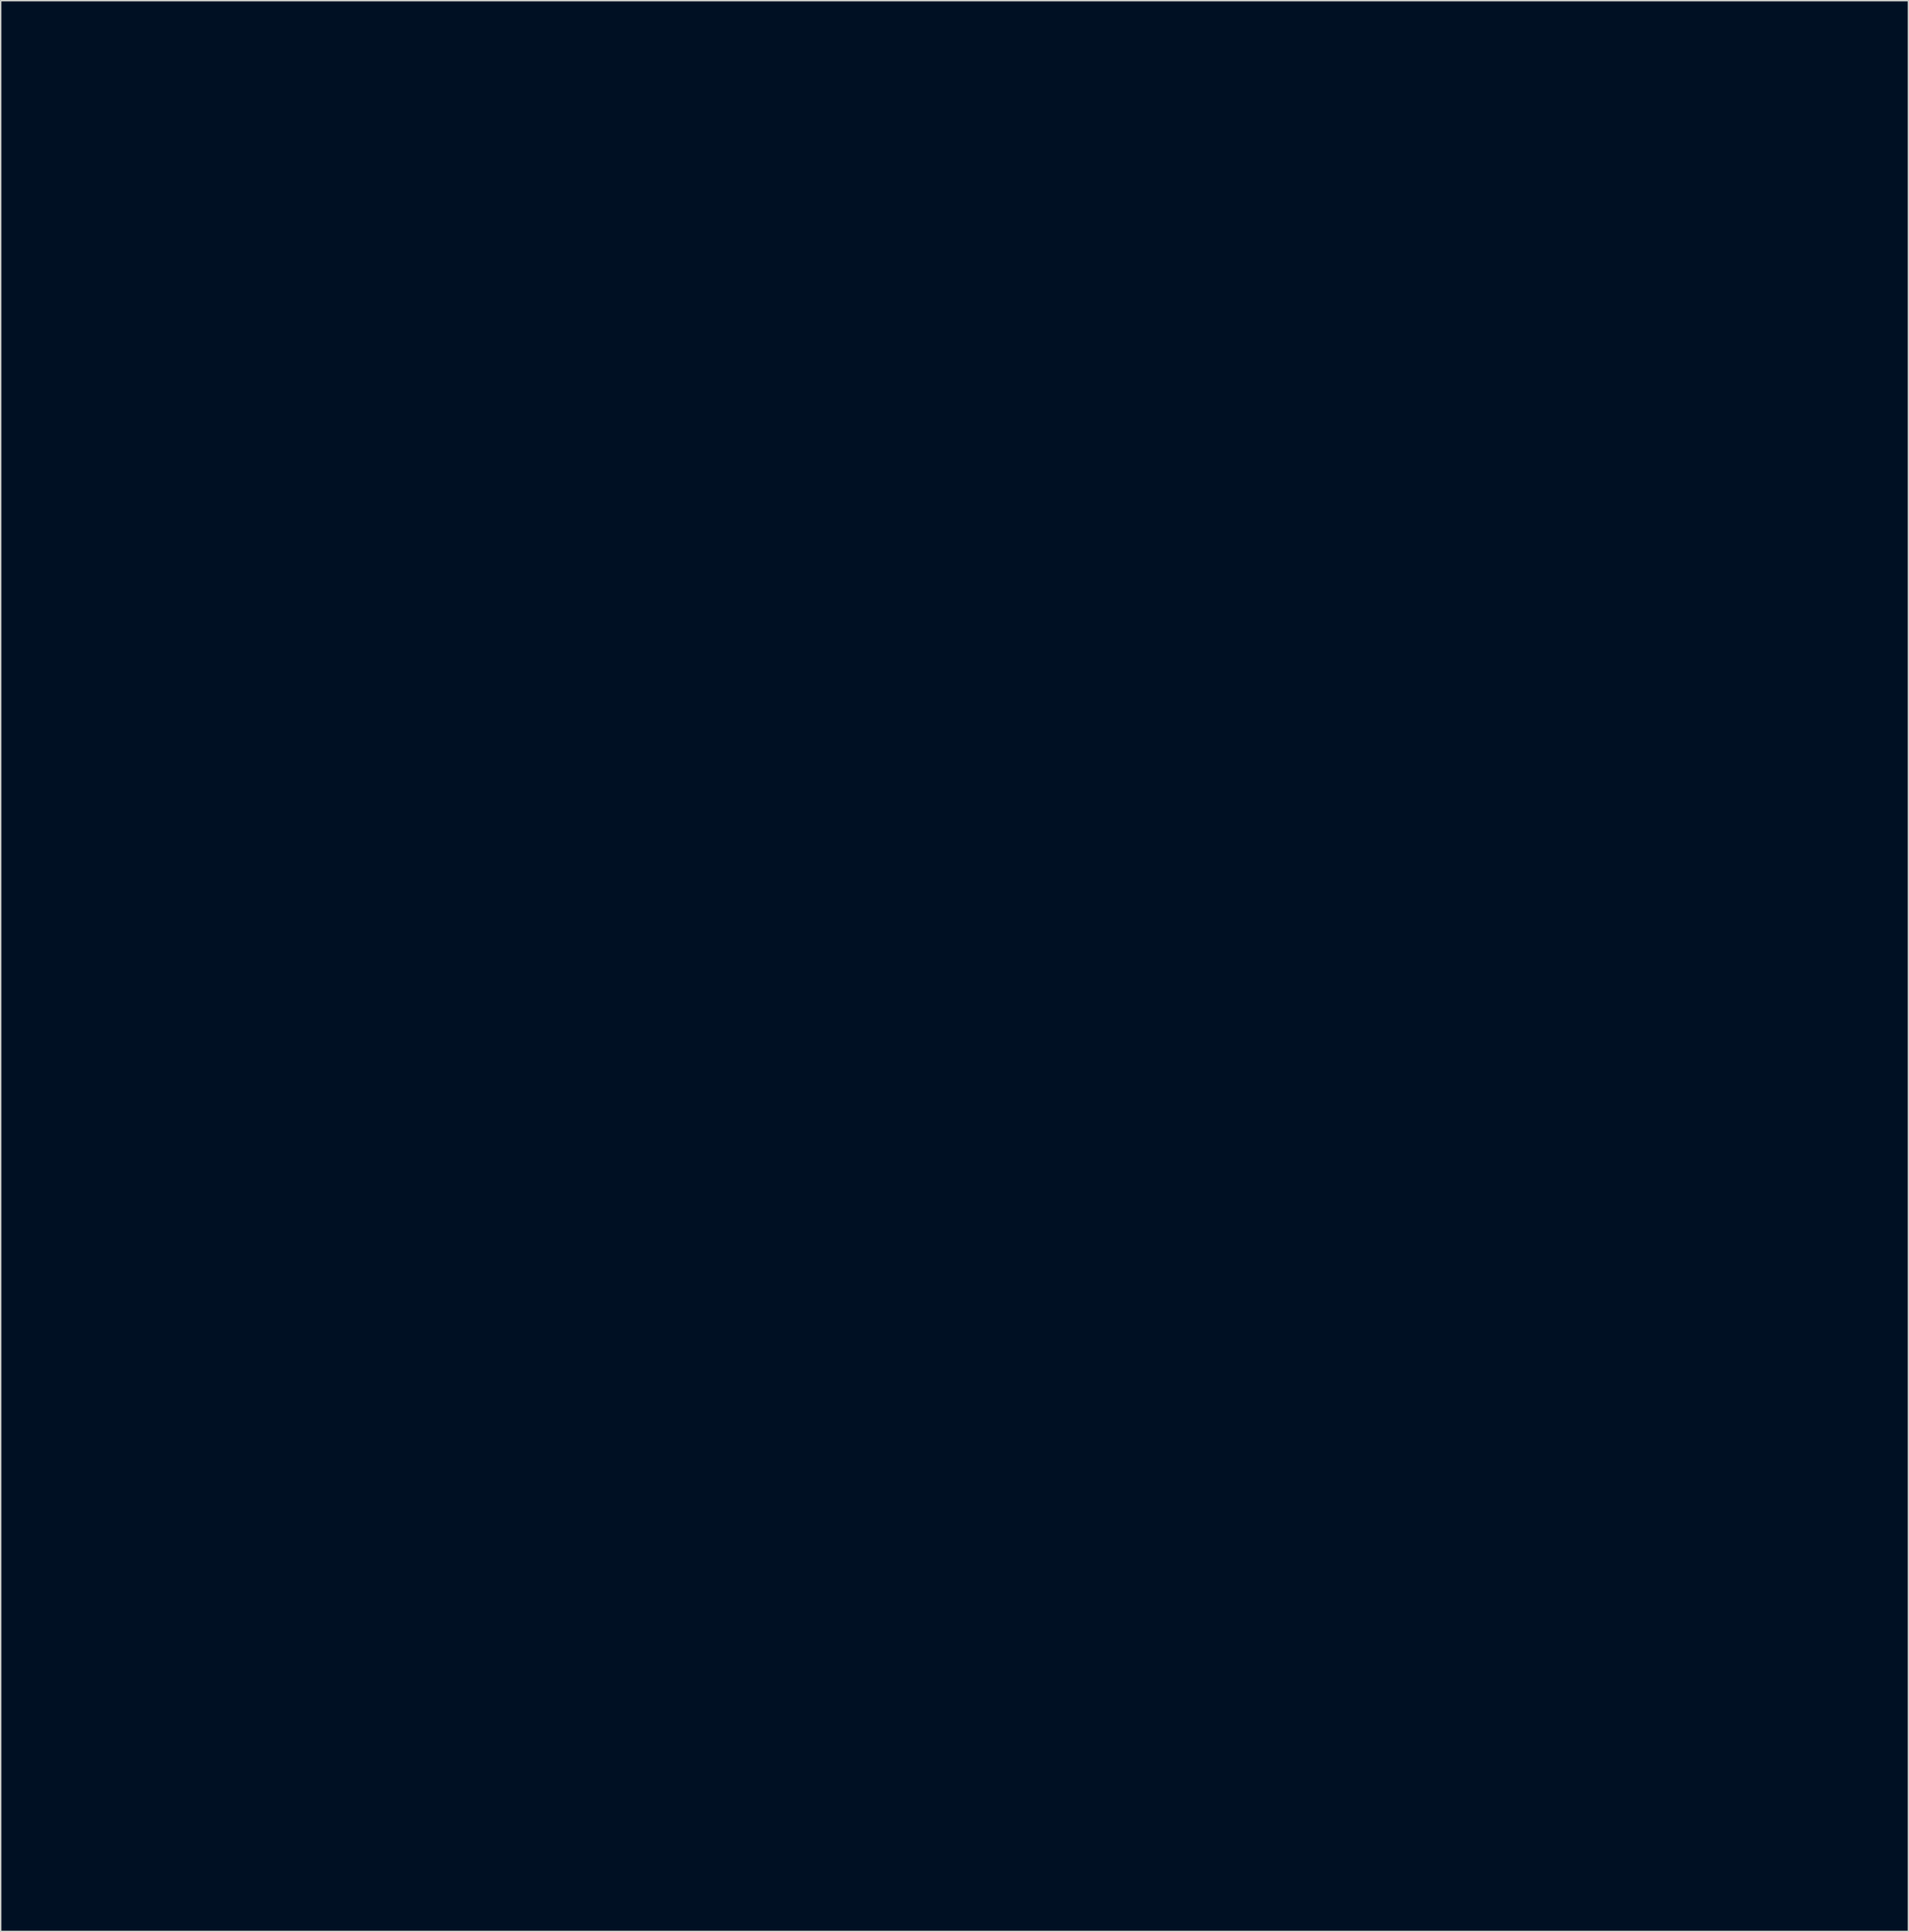
<source format=kicad_pcb>
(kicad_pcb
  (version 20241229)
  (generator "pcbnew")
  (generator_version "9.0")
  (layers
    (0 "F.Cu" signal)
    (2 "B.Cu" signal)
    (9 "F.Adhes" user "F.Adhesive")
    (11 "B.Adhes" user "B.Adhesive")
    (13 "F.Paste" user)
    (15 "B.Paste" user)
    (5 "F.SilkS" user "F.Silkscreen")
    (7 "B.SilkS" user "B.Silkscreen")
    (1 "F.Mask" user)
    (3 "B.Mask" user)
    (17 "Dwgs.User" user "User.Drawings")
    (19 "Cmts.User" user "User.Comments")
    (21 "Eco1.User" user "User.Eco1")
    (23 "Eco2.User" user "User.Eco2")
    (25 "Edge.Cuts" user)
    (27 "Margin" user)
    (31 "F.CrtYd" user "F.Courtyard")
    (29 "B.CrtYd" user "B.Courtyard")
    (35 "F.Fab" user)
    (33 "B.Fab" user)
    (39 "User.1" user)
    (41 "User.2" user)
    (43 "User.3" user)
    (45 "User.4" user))
  (footprint "PCB_Characteristics"
    (layer "F.Cu")
    (at 0.25 0.25)
    (property "Reference" "PCB_Characteristics" (at 128.5 4 0) (layer "Eco1.User") (effects (font (size 1 1) (thickness 0.15))))
    (attr through_hole)
    (fp_line (start 0.5 5.5) (end 131 5.5) (stroke (width 0.2) (type solid)) (layer "Eco1.User"))
    (fp_line (start 0.5 10) (end 46.5 10) (stroke (width 0.2) (type solid)) (layer "Eco1.User"))
    (fp_line (start 0.5 19) (end 131 19) (stroke (width 0.2) (type solid)) (layer "Eco1.User"))
    (fp_line (start 0.5 28.5) (end 131 28.5) (stroke (width 0.2) (type solid)) (layer "Eco1.User"))
    (fp_line (start 0.5 47) (end 131 47) (stroke (width 0.2) (type solid)) (layer "Eco1.User"))
    (fp_line (start 0.5 57) (end 131 57) (stroke (width 0.2) (type solid)) (layer "Eco1.User"))
    (fp_line (start 0.5 68) (end 131 68) (stroke (width 0.2) (type solid)) (layer "Eco1.User"))
    (fp_line (start 0.5 93.5) (end 0.5 5.5) (stroke (width 0.2) (type solid)) (layer "Eco1.User"))
    (fp_line (start 4 79) (end 68.5 79) (stroke (width 0.2) (type solid)) (layer "Eco1.User"))
    (fp_line (start 4 83) (end 68.5 83) (stroke (width 0.2) (type solid)) (layer "Eco1.User"))
    (fp_line (start 4 86.5) (end 68.5 86.5) (stroke (width 0.2) (type solid)) (layer "Eco1.User"))
    (fp_line (start 4 90) (end 68.5 90) (stroke (width 0.2) (type solid)) (layer "Eco1.User"))
    (fp_line (start 4 93.5) (end 68.5 93.5) (stroke (width 0.2) (type solid)) (layer "Eco1.User"))
    (fp_line (start 10.5 41.5) (end 80.5 41.5) (stroke (width 0.2) (type solid)) (layer "Eco1.User"))
    (fp_line (start 14 5.5) (end 14 19) (stroke (width 0.2) (type solid)) (layer "Eco1.User"))
    (fp_line (start 20.5 10) (end 20.5 19) (stroke (width 0.2) (type solid)) (layer "Eco1.User"))
    (fp_line (start 27.5 19) (end 27.5 28.5) (stroke (width 0.2) (type solid)) (layer "Eco1.User"))
    (fp_line (start 29 24) (end 32.5 24) (stroke (width 0.2) (type solid)) (layer "Eco1.User"))
    (fp_line (start 29 27.5) (end 29 24) (stroke (width 0.2) (type solid)) (layer "Eco1.User"))
    (fp_line (start 30.5 57) (end 30.5 68) (stroke (width 0.2) (type solid)) (layer "Eco1.User"))
    (fp_line (start 30.5 62) (end 97 62) (stroke (width 0.2) (type solid)) (layer "Eco1.User"))
    (fp_line (start 32.5 24) (end 32.5 27.5) (stroke (width 0.2) (type solid)) (layer "Eco1.User"))
    (fp_line (start 32.5 27.5) (end 29 27.5) (stroke (width 0.2) (type solid)) (layer "Eco1.User"))
    (fp_line (start 33.5 72.5) (end 33.5 93.5) (stroke (width 0.2) (type solid)) (layer "Eco1.User"))
    (fp_line (start 37 24) (end 40.5 24) (stroke (width 0.2) (type solid)) (layer "Eco1.User"))
    (fp_line (start 37 27.5) (end 37 24) (stroke (width 0.2) (type solid)) (layer "Eco1.User"))
    (fp_line (start 40.5 24) (end 40.5 27.5) (stroke (width 0.2) (type solid)) (layer "Eco1.User"))
    (fp_line (start 40.5 27.5) (end 37 27.5) (stroke (width 0.2) (type solid)) (layer "Eco1.User"))
    (fp_line (start 40.5 33.5) (end 40.5 47) (stroke (width 0.2) (type solid)) (layer "Eco1.User"))
    (fp_line (start 41 63) (end 44.5 63) (stroke (width 0.2) (type solid)) (layer "Eco1.User"))
    (fp_line (start 41 66.5) (end 41 63) (stroke (width 0.2) (type solid)) (layer "Eco1.User"))
    (fp_line (start 41.5 42.5) (end 45 42.5) (stroke (width 0.2) (type solid)) (layer "Eco1.User"))
    (fp_line (start 41.5 46) (end 41.5 42.5) (stroke (width 0.2) (type solid)) (layer "Eco1.User"))
    (fp_line (start 43.5 24) (end 47 24) (stroke (width 0.2) (type solid)) (layer "Eco1.User"))
    (fp_line (start 43.5 27.5) (end 43.5 24) (stroke (width 0.2) (type solid)) (layer "Eco1.User"))
    (fp_line (start 44 52) (end 47.5 52) (stroke (width 0.2) (type solid)) (layer "Eco1.User"))
    (fp_line (start 44 55.5) (end 44 52) (stroke (width 0.2) (type solid)) (layer "Eco1.User"))
    (fp_line (start 44.5 63) (end 44.5 66.5) (stroke (width 0.2) (type solid)) (layer "Eco1.User"))
    (fp_line (start 44.5 66.5) (end 41 66.5) (stroke (width 0.2) (type solid)) (layer "Eco1.User"))
    (fp_line (start 45 42.5) (end 45 46) (stroke (width 0.2) (type solid)) (layer "Eco1.User"))
    (fp_line (start 45 46) (end 41.5 46) (stroke (width 0.2) (type solid)) (layer "Eco1.User"))
    (fp_line (start 46.5 5.5) (end 46.5 19) (stroke (width 0.2) (type solid)) (layer "Eco1.User"))
    (fp_line (start 46.5 14.5) (end 90 14.5) (stroke (width 0.2) (type solid)) (layer "Eco1.User"))
    (fp_line (start 46.5 33.5) (end 46.5 47) (stroke (width 0.2) (type solid)) (layer "Eco1.User"))
    (fp_line (start 47 24) (end 47 27.5) (stroke (width 0.2) (type solid)) (layer "Eco1.User"))
    (fp_line (start 47 27.5) (end 43.5 27.5) (stroke (width 0.2) (type solid)) (layer "Eco1.User"))
    (fp_line (start 47.5 52) (end 47.5 55.5) (stroke (width 0.2) (type solid)) (layer "Eco1.User"))
    (fp_line (start 47.5 55.5) (end 44 55.5) (stroke (width 0.2) (type solid)) (layer "Eco1.User"))
    (fp_line (start 48 37) (end 51.5 37) (stroke (width 0.2) (type solid)) (layer "Eco1.User"))
    (fp_line (start 48 40.5) (end 48 37) (stroke (width 0.2) (type solid)) (layer "Eco1.User"))
    (fp_line (start 48 42.5) (end 51.5 42.5) (stroke (width 0.2) (type solid)) (layer "Eco1.User"))
    (fp_line (start 48 46) (end 48 42.5) (stroke (width 0.2) (type solid)) (layer "Eco1.User"))
    (fp_line (start 48 75.5) (end 48 93.5) (stroke (width 0.2) (type solid)) (layer "Eco1.User"))
    (fp_line (start 50 24) (end 53.5 24) (stroke (width 0.2) (type solid)) (layer "Eco1.User"))
    (fp_line (start 50 27.5) (end 50 24) (stroke (width 0.2) (type solid)) (layer "Eco1.User"))
    (fp_line (start 51.5 37) (end 51.5 40.5) (stroke (width 0.2) (type solid)) (layer "Eco1.User"))
    (fp_line (start 51.5 40.5) (end 48 40.5) (stroke (width 0.2) (type solid)) (layer "Eco1.User"))
    (fp_line (start 51.5 42.5) (end 51.5 46) (stroke (width 0.2) (type solid)) (layer "Eco1.User"))
    (fp_line (start 51.5 46) (end 48 46) (stroke (width 0.2) (type solid)) (layer "Eco1.User"))
    (fp_line (start 53 33.5) (end 53 47) (stroke (width 0.2) (type solid)) (layer "Eco1.User"))
    (fp_line (start 53.5 24) (end 53.5 27.5) (stroke (width 0.2) (type solid)) (layer "Eco1.User"))
    (fp_line (start 53.5 27.5) (end 50 27.5) (stroke (width 0.2) (type solid)) (layer "Eco1.User"))
    (fp_line (start 54.5 37) (end 58 37) (stroke (width 0.2) (type solid)) (layer "Eco1.User"))
    (fp_line (start 54.5 40.5) (end 54.5 37) (stroke (width 0.2) (type solid)) (layer "Eco1.User"))
    (fp_line (start 54.5 42.5) (end 58 42.5) (stroke (width 0.2) (type solid)) (layer "Eco1.User"))
    (fp_line (start 54.5 46) (end 54.5 42.5) (stroke (width 0.2) (type solid)) (layer "Eco1.User"))
    (fp_line (start 56 57) (end 56 68) (stroke (width 0.2) (type solid)) (layer "Eco1.User"))
    (fp_line (start 57 52) (end 60.5 52) (stroke (width 0.2) (type solid)) (layer "Eco1.User"))
    (fp_line (start 57 55.5) (end 57 52) (stroke (width 0.2) (type solid)) (layer "Eco1.User"))
    (fp_line (start 58 24) (end 61.5 24) (stroke (width 0.2) (type solid)) (layer "Eco1.User"))
    (fp_line (start 58 27.5) (end 58 24) (stroke (width 0.2) (type solid)) (layer "Eco1.User"))
    (fp_line (start 58 37) (end 58 40.5) (stroke (width 0.2) (type solid)) (layer "Eco1.User"))
    (fp_line (start 58 40.5) (end 54.5 40.5) (stroke (width 0.2) (type solid)) (layer "Eco1.User"))
    (fp_line (start 58 42.5) (end 58 46) (stroke (width 0.2) (type solid)) (layer "Eco1.User"))
    (fp_line (start 58 46) (end 54.5 46) (stroke (width 0.2) (type solid)) (layer "Eco1.User"))
    (fp_line (start 59.5 33.5) (end 59.5 47) (stroke (width 0.2) (type solid)) (layer "Eco1.User"))
    (fp_line (start 60.5 52) (end 60.5 55.5) (stroke (width 0.2) (type solid)) (layer "Eco1.User"))
    (fp_line (start 60.5 55.5) (end 57 55.5) (stroke (width 0.2) (type solid)) (layer "Eco1.User"))
    (fp_line (start 61.5 24) (end 61.5 27.5) (stroke (width 0.2) (type solid)) (layer "Eco1.User"))
    (fp_line (start 61.5 27.5) (end 58 27.5) (stroke (width 0.2) (type solid)) (layer "Eco1.User"))
    (fp_line (start 62 37) (end 65.5 37) (stroke (width 0.2) (type solid)) (layer "Eco1.User"))
    (fp_line (start 62 40.5) (end 62 37) (stroke (width 0.2) (type solid)) (layer "Eco1.User"))
    (fp_line (start 64.5 63) (end 68 63) (stroke (width 0.2) (type solid)) (layer "Eco1.User"))
    (fp_line (start 64.5 66.5) (end 64.5 63) (stroke (width 0.2) (type solid)) (layer "Eco1.User"))
    (fp_line (start 65.5 37) (end 65.5 40.5) (stroke (width 0.2) (type solid)) (layer "Eco1.User"))
    (fp_line (start 65.5 40.5) (end 62 40.5) (stroke (width 0.2) (type solid)) (layer "Eco1.User"))
    (fp_line (start 66.5 24) (end 70 24) (stroke (width 0.2) (type solid)) (layer "Eco1.User"))
    (fp_line (start 66.5 27.5) (end 66.5 24) (stroke (width 0.2) (type solid)) (layer "Eco1.User"))
    (fp_line (start 68 10.5) (end 68 19) (stroke (width 0.2) (type solid)) (layer "Eco1.User"))
    (fp_line (start 68 33.5) (end 68 47) (stroke (width 0.2) (type solid)) (layer "Eco1.User"))
    (fp_line (start 68 63) (end 68 66.5) (stroke (width 0.2) (type solid)) (layer "Eco1.User"))
    (fp_line (start 68 66.5) (end 64.5 66.5) (stroke (width 0.2) (type solid)) (layer "Eco1.User"))
    (fp_line (start 70 24) (end 70 27.5) (stroke (width 0.2) (type solid)) (layer "Eco1.User"))
    (fp_line (start 70 27.5) (end 66.5 27.5) (stroke (width 0.2) (type solid)) (layer "Eco1.User"))
    (fp_line (start 70.5 68) (end 70.5 93.5) (stroke (width 0.2) (type solid)) (layer "Eco1.User"))
    (fp_line (start 71.5 85.5) (end 131 85.5) (stroke (width 0.2) (type solid)) (layer "Eco1.User"))
    (fp_line (start 71.5 89.5) (end 131 89.5) (stroke (width 0.2) (type solid)) (layer "Eco1.User"))
    (fp_line (start 72 52) (end 75.5 52) (stroke (width 0.2) (type solid)) (layer "Eco1.User"))
    (fp_line (start 72 55.5) (end 72 52) (stroke (width 0.2) (type solid)) (layer "Eco1.User"))
    (fp_line (start 73 24) (end 76.5 24) (stroke (width 0.2) (type solid)) (layer "Eco1.User"))
    (fp_line (start 73 27.5) (end 73 24) (stroke (width 0.2) (type solid)) (layer "Eco1.User"))
    (fp_line (start 75.5 52) (end 75.5 55.5) (stroke (width 0.2) (type solid)) (layer "Eco1.User"))
    (fp_line (start 75.5 55.5) (end 72 55.5) (stroke (width 0.2) (type solid)) (layer "Eco1.User"))
    (fp_line (start 76 57) (end 76 68) (stroke (width 0.2) (type solid)) (layer "Eco1.User"))
    (fp_line (start 76.5 24) (end 76.5 27.5) (stroke (width 0.2) (type solid)) (layer "Eco1.User"))
    (fp_line (start 76.5 27.5) (end 73 27.5) (stroke (width 0.2) (type solid)) (layer "Eco1.User"))
    (fp_line (start 79.5 24) (end 83 24) (stroke (width 0.2) (type solid)) (layer "Eco1.User"))
    (fp_line (start 79.5 27.5) (end 79.5 24) (stroke (width 0.2) (type solid)) (layer "Eco1.User"))
    (fp_line (start 82.5 28.5) (end 82.5 47) (stroke (width 0.2) (type solid)) (layer "Eco1.User"))
    (fp_line (start 83 24) (end 83 27.5) (stroke (width 0.2) (type solid)) (layer "Eco1.User"))
    (fp_line (start 83 27.5) (end 79.5 27.5) (stroke (width 0.2) (type solid)) (layer "Eco1.User"))
    (fp_line (start 83.5 30) (end 87.5 30) (stroke (width 0.2) (type solid)) (layer "Eco1.User"))
    (fp_line (start 83.5 38.5) (end 83.5 30) (stroke (width 0.2) (type solid)) (layer "Eco1.User"))
    (fp_line (start 86 32) (end 86 36.5) (stroke (width 0.2) (type solid)) (layer "Eco1.User"))
    (fp_line (start 86 36.5) (end 87.5 36.5) (stroke (width 0.2) (type solid)) (layer "Eco1.User"))
    (fp_line (start 86.5 32.5) (end 87.5 32.5) (stroke (width 0.2) (type solid)) (layer "Eco1.User"))
    (fp_line (start 86.5 33.5) (end 86.5 32.5) (stroke (width 0.2) (type solid)) (layer "Eco1.User"))
    (fp_line (start 86.5 35) (end 87.5 36) (stroke (width 0.2) (type solid)) (layer "Eco1.User"))
    (fp_line (start 86.5 36) (end 86.5 35) (stroke (width 0.2) (type solid)) (layer "Eco1.User"))
    (fp_line (start 87 33) (end 87.5 33.5) (stroke (width 0.2) (type solid)) (layer "Eco1.User"))
    (fp_line (start 87 35.5) (end 87.5 35) (stroke (width 0.2) (type solid)) (layer "Eco1.User"))
    (fp_line (start 87.5 24) (end 91 24) (stroke (width 0.2) (type solid)) (layer "Eco1.User"))
    (fp_line (start 87.5 27.5) (end 87.5 24) (stroke (width 0.2) (type solid)) (layer "Eco1.User"))
    (fp_line (start 87.5 30) (end 87.5 32) (stroke (width 0.2) (type solid)) (layer "Eco1.User"))
    (fp_line (start 87.5 32) (end 86 32) (stroke (width 0.2) (type solid)) (layer "Eco1.User"))
    (fp_line (start 87.5 32.5) (end 86.5 33.5) (stroke (width 0.2) (type solid)) (layer "Eco1.User"))
    (fp_line (start 87.5 36) (end 86.5 36) (stroke (width 0.2) (type solid)) (layer "Eco1.User"))
    (fp_line (start 87.5 36.5) (end 87.5 38.5) (stroke (width 0.2) (type solid)) (layer "Eco1.User"))
    (fp_line (start 87.5 38.5) (end 83.5 38.5) (stroke (width 0.2) (type solid)) (layer "Eco1.User"))
    (fp_line (start 90 5.5) (end 90 19) (stroke (width 0.2) (type solid)) (layer "Eco1.User"))
    (fp_line (start 90 9) (end 131 9) (stroke (width 0.2) (type solid)) (layer "Eco1.User"))
    (fp_line (start 90 52) (end 93.5 52) (stroke (width 0.2) (type solid)) (layer "Eco1.User"))
    (fp_line (start 90 55.5) (end 90 52) (stroke (width 0.2) (type solid)) (layer "Eco1.User"))
    (fp_line (start 90.5 9.5) (end 92.5 9.5) (stroke (width 0.2) (type solid)) (layer "Eco1.User"))
    (fp_line (start 90.5 11.5) (end 90.5 9.5) (stroke (width 0.2) (type solid)) (layer "Eco1.User"))
    (fp_line (start 90.5 12.5) (end 92.5 12.5) (stroke (width 0.2) (type solid)) (layer "Eco1.User"))
    (fp_line (start 90.5 12.5) (end 92.5 14.5) (stroke (width 0.2) (type solid)) (layer "Eco1.User"))
    (fp_line (start 90.5 14.5) (end 90.5 12.5) (stroke (width 0.2) (type solid)) (layer "Eco1.User"))
    (fp_line (start 90.5 14.5) (end 92.5 12.5) (stroke (width 0.2) (type solid)) (layer "Eco1.User"))
    (fp_line (start 90.5 15.5) (end 92.5 15.5) (stroke (width 0.2) (type solid)) (layer "Eco1.User"))
    (fp_line (start 90.5 17.5) (end 90.5 15.5) (stroke (width 0.2) (type solid)) (layer "Eco1.User"))
    (fp_line (start 91 24) (end 91 27.5) (stroke (width 0.2) (type solid)) (layer "Eco1.User"))
    (fp_line (start 91 27.5) (end 87.5 27.5) (stroke (width 0.2) (type solid)) (layer "Eco1.User"))
    (fp_line (start 91 77) (end 91 93) (stroke (width 0.2) (type solid)) (layer "Eco1.User"))
    (fp_line (start 92.5 9.5) (end 92.5 11.5) (stroke (width 0.2) (type solid)) (layer "Eco1.User"))
    (fp_line (start 92.5 11.5) (end 90.5 11.5) (stroke (width 0.2) (type solid)) (layer "Eco1.User"))
    (fp_line (start 92.5 12.5) (end 92.5 14.5) (stroke (width 0.2) (type solid)) (layer "Eco1.User"))
    (fp_line (start 92.5 14.5) (end 90.5 14.5) (stroke (width 0.2) (type solid)) (layer "Eco1.User"))
    (fp_line (start 92.5 15.5) (end 92.5 17.5) (stroke (width 0.2) (type solid)) (layer "Eco1.User"))
    (fp_line (start 92.5 17.5) (end 90.5 17.5) (stroke (width 0.2) (type solid)) (layer "Eco1.User"))
    (fp_line (start 93.5 52) (end 93.5 55.5) (stroke (width 0.2) (type solid)) (layer "Eco1.User"))
    (fp_line (start 93.5 55.5) (end 90 55.5) (stroke (width 0.2) (type solid)) (layer "Eco1.User"))
    (fp_line (start 94.5 19) (end 94.5 28.5) (stroke (width 0.2) (type solid)) (layer "Eco1.User"))
    (fp_line (start 102 80) (end 102 93) (stroke (width 0.2) (type solid)) (layer "Eco1.User"))
    (fp_line (start 105 52) (end 108.5 52) (stroke (width 0.2) (type solid)) (layer "Eco1.User"))
    (fp_line (start 105 55.5) (end 105 52) (stroke (width 0.2) (type solid)) (layer "Eco1.User"))
    (fp_line (start 108.5 52) (end 108.5 55.5) (stroke (width 0.2) (type solid)) (layer "Eco1.User"))
    (fp_line (start 108.5 55.5) (end 105 55.5) (stroke (width 0.2) (type solid)) (layer "Eco1.User"))
    (fp_line (start 131 5.5) (end 131 93.5) (stroke (width 0.2) (type solid)) (layer "Eco1.User"))
    (fp_line (start 131 93.5) (end 0.5 93.5) (stroke (width 0.2) (type solid)) (layer "Eco1.User"))
    (fp_text user "Hole location tolerance" (at 72 70 0) (layer "Eco1.User") (effects (font (size 2.032 1.829) (thickness 0.254)) (justify left top)))
    (fp_text user "Silkscreen" (at 70 11 0) (layer "Eco1.User") (effects (font (size 2.032 1.829) (thickness 0.254)) (justify left top)))
    (fp_text user "green" (at 51.5 15.5 0) (layer "Eco1.User") (effects (font (size 2.032 1.829) (thickness 0.254)) (justify left top)))
    (fp_text user "0.2032 - 0.8128    76.2      50.8" (at 4.5 80 0) (layer "Eco1.User") (effects (font (size 2.032 1.829) (thickness 0.254)) (justify left top)))
    (fp_text user "Performance class 3 requires class H soldermask per IPC-SM-840." (at 5 109 0) (layer "Eco1.User") (effects (font (size 2.032 1.829) (thickness 0.254)) (justify left top)))
    (fp_text user "white" (at 72.5 15.5 0) (layer "Eco1.User") (effects (font (size 2.032 1.829) (thickness 0.254)) (justify left top)))
    (fp_text user "Performance class applies for IPC-2221, IPC-6011, IPC-6012, J-STD-003" (at 5 98.5 0) (layer "Eco1.User") (effects (font (size 2.032 1.829) (thickness 0.254)) (justify left top)))
    (fp_text user "Final finish surface" (at 1.5 52.5 0) (layer "Eco1.User") (effects (font (size 2.032 1.829) (thickness 0.254)) (justify left top)))
    (fp_text user "Notes:" (at 1.5 95 0) (layer "Eco1.User") (effects (font (size 2.032 1.829) (thickness 0.254)) (justify left top)))
    (fp_text user "> 304.8mm   101.6   203.2" (at 71.5 90.5 0) (layer "Eco1.User") (effects (font (size 2.032 1.829) (thickness 0.254)) (justify left top)))
    (fp_text user "um 17  35  70  105  Other" (at 36.15 33.55 0) (layer "Eco1.User") (effects (font (size 2.032 1.829) (thickness 0.254)) (justify left top)))
    (fp_text user "Layers" (at 2 7 0) (layer "Eco1.User") (effects (font (size 2.032 1.829) (thickness 0.254)) (justify left top)))
    (fp_text user "Holes" (at 91.5 83 0) (layer "Eco1.User") (effects (font (size 2.032 1.829) (thickness 0.254)) (justify left top)))
    (fp_text user "  or any other related standard." (at 5 102 0) (layer "Eco1.User") (effects (font (size 2.032 1.829) (thickness 0.254)) (justify left top)))
    (fp_text user "  - datecode (YYWW)" (at 5 123 0) (layer "Eco1.User") (effects (font (size 2.032 1.829) (thickness 0.254)) (justify left top)))
    (fp_text user "0.8382 - 1.6002   101.6      76.2" (at 4.5 83.5 0) (layer "Eco1.User") (effects (font (size 2.032 1.829) (thickness 0.254)) (justify left top)))
    (fp_text user "Board thickness tolerance as per IPC-4101, class B, section. 3.8.4.2." (at 5 131 0) (layer "Eco1.User") (effects (font (size 2.032 1.829) (thickness 0.254)) (justify left top)))
    (fp_text user "Colours" (at 62.5 7 0) (layer "Eco1.User") (effects (font (size 2.032 1.829) (thickness 0.254)) (justify left top)))
    (fp_text user "2: Dedicated service" (at 93.5 12.5 0) (layer "Eco1.User") (effects (font (size 2.032 1.829) (thickness 0.254)) (justify left top)))
    (fp_text user "Final copper thickness" (at 2 30 0) (layer "Eco1.User") (effects (font (size 2.032 1.829) (thickness 0.254)) (justify left top)))
    (fp_text user "Tolerance (um)" (at 36.5 72.5 0) (layer "Eco1.User") (effects (font (size 2.032 1.829) (thickness 0.254)) (justify left top)))
    (fp_text user "Soldermask" (at 47.5 11 0) (layer "Eco1.User") (effects (font (size 2.032 1.829) (thickness 0.254)) (justify left top)))
    (fp_text user "  - UL recognition of the process" (at 5 119.5 0) (layer "Eco1.User") (effects (font (size 2.032 1.829) (thickness 0.254)) (justify left top)))
    (fp_text user "1: General" (at 93.5 9.5 0) (layer "Eco1.User") (effects (font (size 2.032 1.829) (thickness 0.254)) (justify left top)))
    (fp_text user "Hole breakouts are NOT allowed in plated holes." (at 5 127 0) (layer "Eco1.User") (effects (font (size 2.032 1.829) (thickness 0.254)) (justify left top)))
    (fp_text user "Internal layers" (at 11 43 0) (layer "Eco1.User") (effects (font (size 2.032 1.829) (thickness 0.254)) (justify left top)))
    (fp_text user "1.6256 - 6.3500   127.0     101.6" (at 4.5 87 0) (layer "Eco1.User") (effects (font (size 2.032 1.829) (thickness 0.254)) (justify left top)))
    (fp_text user "Board flatness tolerance as per IPC-6012: 0.75% " (at 5 135 0) (layer "Eco1.User") (effects (font (size 2.032 1.829) (thickness 0.254)) (justify left top)))
    (fp_text user "Tolerance (um)" (at 94 77 0) (layer "Eco1.User") (effects (font (size 2.032 1.829) (thickness 0.254)) (justify left top)))
    (fp_text user "   > 6.3500         152.4     127.0" (at 4.5 90.5 0) (layer "Eco1.User") (effects (font (size 2.032 1.829) (thickness 0.254)) (justify left top)))
    (fp_text user "Performance class 1 & 2 requires class T soldermask per IPC-SM-840." (at 5 105.5 0) (layer "Eco1.User") (effects (font (size 2.032 1.829) (thickness 0.254)) (justify left top)))
    (fp_text user "Max. diam. of mill tool" (at 89.5 30 0) (layer "Eco1.User") (effects (font (size 2.032 1.829) (thickness 0.254)) (justify left top)))
    (fp_text user "FR4" (at 14.5 12.5 0) (layer "Eco1.User") (effects (font (size 2.032 1.829) (thickness 0.254)) (justify left top)))
    (fp_text user "Peelable ink        Graphite     Other" (at 31.5 59 0) (layer "Eco1.User") (effects (font (size 2.032 1.829) (thickness 0.254)) (justify left top)))
    (fp_text user "Cutouts, slots" (at 103 80 0) (layer "Eco1.User") (effects (font (size 2.032 1.829) (thickness 0.254)) (justify left top)))
    (fp_text user "External layers" (at 11 37.5 0) (layer "Eco1.User") (effects (font (size 2.032 1.829) (thickness 0.254)) (justify left top)))
    (fp_text user "Im Ag   ENIG   Sn/Pb HAL   Im Sn   Au Flash   Other" (at 41.5 48 0) (layer "Eco1.User") (effects (font (size 2.032 1.829) (thickness 0.254)) (justify left top)))
    (fp_text user "PCB Thickness" (at 2 25 0) (layer "Eco1.User") (effects (font (size 2.032 1.829) (thickness 0.254)) (justify left top)))
    (fp_text user "used for contour: 2mm" (at 89.5 34 0) (layer "Eco1.User") (effects (font (size 2.032 1.829) (thickness 0.254)) (justify left top)))
    (fp_text user "3: High reliability" (at 93.5 15.5 0) (layer "Eco1.User") (effects (font (size 2.032 1.829) (thickness 0.254)) (justify left top)))
    (fp_text user "IPC-4101/21" (at 22.5 10.5 0) (layer "Eco1.User") (effects (font (size 2.032 1.829) (thickness 0.254)) (justify left top)))
    (fp_text user "  - manufacturer's logo " (at 5 116.5 0) (layer "Eco1.User") (effects (font (size 2.032 1.829) (thickness 0.254)) (justify left top)))
    (fp_text user "2" (at 6 11.5 0) (layer "Eco1.User") (effects (font (size 2.032 1.829) (thickness 0.254)) (justify left top)))
    (fp_text user "and notches" (at 103 83 0) (layer "Eco1.User") (effects (font (size 2.032 1.829) (thickness 0.254)) (justify left top)))
    (fp_text user "Others finished" (at 2 64 0) (layer "Eco1.User") (effects (font (size 2.032 1.829) (thickness 0.254)) (justify left top)))
    (fp_text user "PCB should be marked with: " (at 5 113 0) (layer "Eco1.User") (effects (font (size 2.032 1.829) (thickness 0.254)) (justify left top)))
    (fp_text user "Note: 0.8-2mm" (at 89.5 38 0) (layer "Eco1.User") (effects (font (size 2.032 1.829) (thickness 0.254)) (justify left top)))
    (fp_text user " (per IPC-2615)" (at 72 73.5 0) (layer "Eco1.User") (effects (font (size 2.032 1.829) (thickness 0.254)) (justify left top)))
    (fp_text user "Performance class" (at 91 6.5 0) (layer "Eco1.User") (effects (font (size 2.032 1.829) (thickness 0.254)) (justify left top)))
    (fp_text user "Finished hole diameter (per IPC-2615)" (at 2 69.5 0) (layer "Eco1.User") (effects (font (size 2.032 1.829) (thickness 0.254)) (justify left top)))
    (fp_text user "UL-796 94V-0" (at 22.5 13.5 0) (layer "Eco1.User") (effects (font (size 2.032 1.829) (thickness 0.254)) (justify left top)))
    (fp_text user "mm 0.5   0.8  1   1.2  1.5   1.6   2  2.4   3.2   Other" (at 22.1 20.35 0) (layer "Eco1.User") (effects (font (size 2.032 1.829) (thickness 0.254)) (justify left top)))
    (fp_text user "Material " (at 20.5 6.5 0) (layer "Eco1.User") (effects (font (size 2.032 1.829) (thickness 0.254)) (justify left top)))
    (fp_text user "<= 304.8mm  76.2    152.4" (at 71.5 86.5 0) (layer "Eco1.User") (effects (font (size 2.032 1.829) (thickness 0.254)) (justify left top)))
    (fp_text user "Hole diam. (mm)  plated  Non-plated" (at 6.5 76 0) (layer "Eco1.User") (effects (font (size 2.032 1.829) (thickness 0.254)) (justify left top))))
  (gr_rect
    (start -3 -3)
    (end 139.375 141.044)
    (stroke (width 0.1) (type default))
    (fill no)
    (layer "Edge.Cuts")))
</source>
